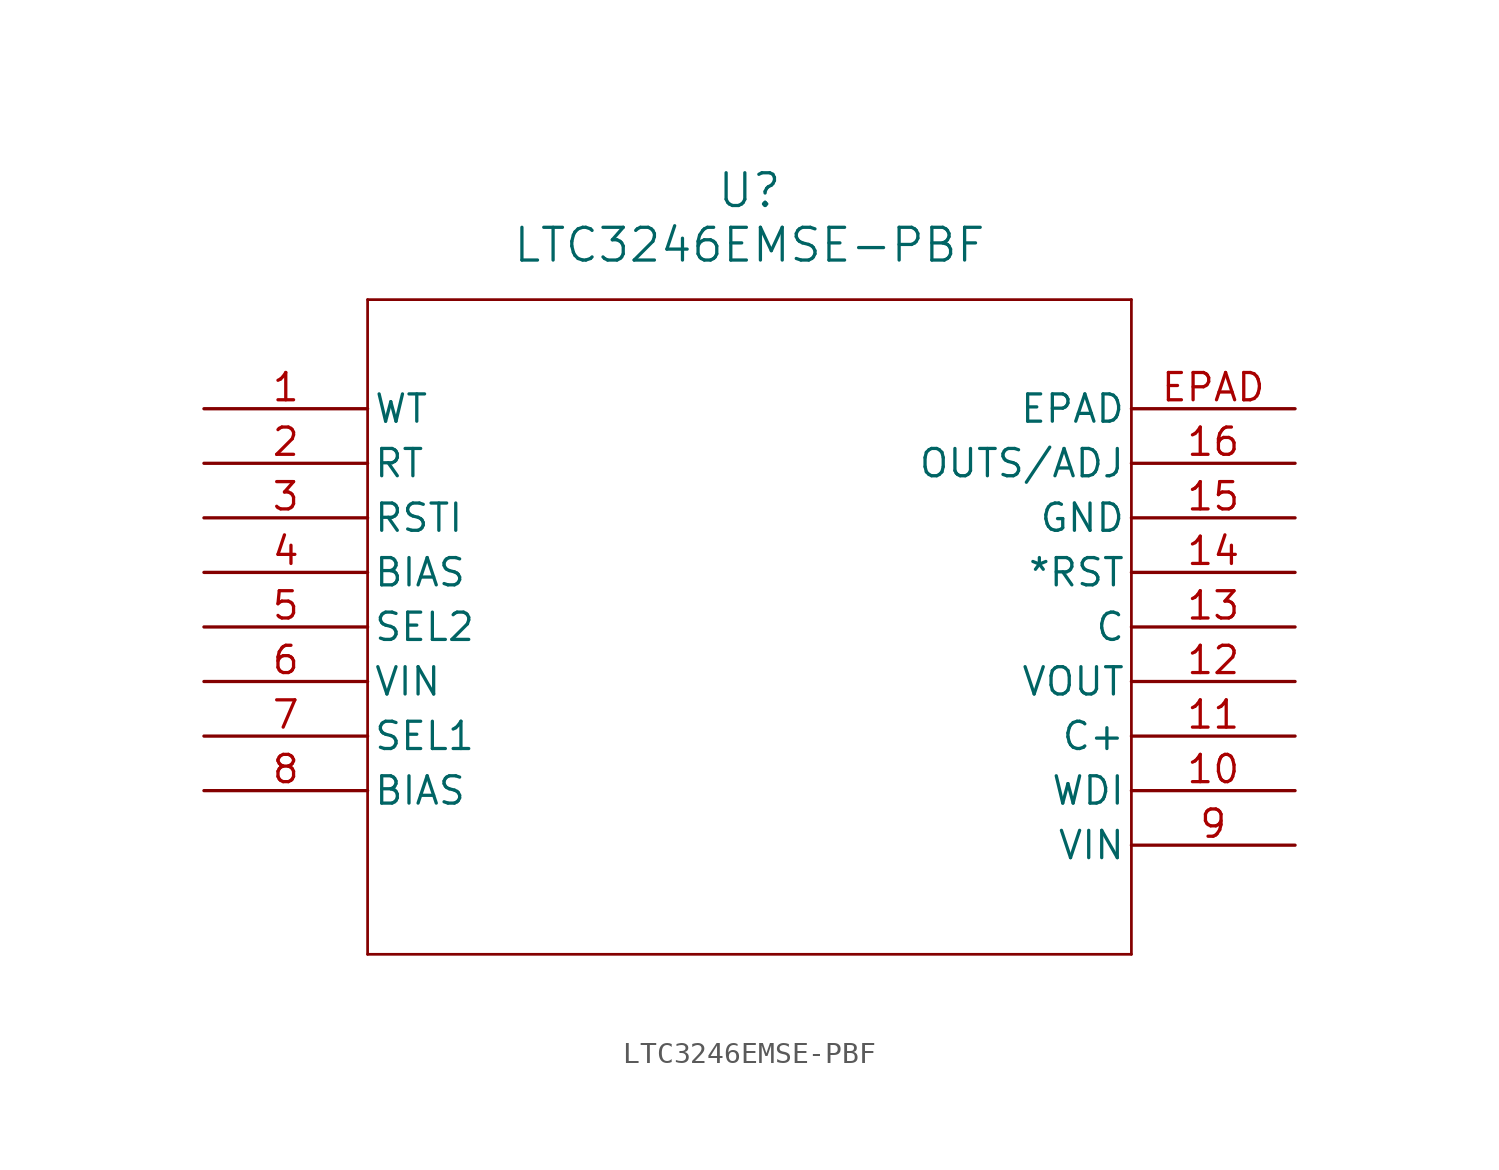
<source format=kicad_sym>
(kicad_symbol_lib
  (version 20211014)
  (generator kicad_symbol_editor)
  (symbol "LTC3246EMSE-PBF"
    (pin_names
      (offset 0.254))
    (property "Reference" "U"
      (at 25.4 10.16 0)
      (effects (font (size 1.524 1.524))))
    (property "Value" "LTC3246EMSE-PBF"
      (at 25.4 7.62 0)
      (effects (font (size 1.524 1.524))))
    (symbol "LTC3246EMSE-PBF_0_1"
      (polyline (pts (xy 7.62 5.08) (xy 7.62 -25.4)) (stroke (width 0.127) (type default) (color 0 0 0 0)) (fill (type none)))
      (polyline (pts (xy 7.62 -25.4) (xy 43.18 -25.4)) (stroke (width 0.127) (type default) (color 0 0 0 0)) (fill (type none)))
      (polyline (pts (xy 43.18 -25.4) (xy 43.18 5.08)) (stroke (width 0.127) (type default) (color 0 0 0 0)) (fill (type none)))
      (polyline (pts (xy 43.18 5.08) (xy 7.62 5.08)) (stroke (width 0.127) (type default) (color 0 0 0 0)) (fill (type none)))
      (pin unspecified line (at 0 0 0) (length 7.62) (name "WT" (effects (font (size 1.27 1.27)))) (number "1" (effects (font (size 1.27 1.27)))))
      (pin unspecified line (at 0 -2.54 0) (length 7.62) (name "RT" (effects (font (size 1.27 1.27)))) (number "2" (effects (font (size 1.27 1.27)))))
      (pin input line (at 0 -5.08 0) (length 7.62) (name "RSTI" (effects (font (size 1.27 1.27)))) (number "3" (effects (font (size 1.27 1.27)))))
      (pin unspecified line (at 0 -7.62 0) (length 7.62) (name "BIAS" (effects (font (size 1.27 1.27)))) (number "4" (effects (font (size 1.27 1.27)))))
      (pin unspecified line (at 0 -10.16 0) (length 7.62) (name "SEL2" (effects (font (size 1.27 1.27)))) (number "5" (effects (font (size 1.27 1.27)))))
      (pin input line (at 0 -12.7 0) (length 7.62) (name "VIN" (effects (font (size 1.27 1.27)))) (number "6" (effects (font (size 1.27 1.27)))))
      (pin input line (at 0 -15.24 0) (length 7.62) (name "SEL1" (effects (font (size 1.27 1.27)))) (number "7" (effects (font (size 1.27 1.27)))))
      (pin unspecified line (at 0 -17.78 0) (length 7.62) (name "BIAS" (effects (font (size 1.27 1.27)))) (number "8" (effects (font (size 1.27 1.27)))))
      (pin input line (at 50.8 -20.32 180) (length 7.62) (name "VIN" (effects (font (size 1.27 1.27)))) (number "9" (effects (font (size 1.27 1.27)))))
      (pin input line (at 50.8 -17.78 180) (length 7.62) (name "WDI" (effects (font (size 1.27 1.27)))) (number "10" (effects (font (size 1.27 1.27)))))
      (pin unspecified line (at 50.8 -15.24 180) (length 7.62) (name "C+" (effects (font (size 1.27 1.27)))) (number "11" (effects (font (size 1.27 1.27)))))
      (pin output line (at 50.8 -12.7 180) (length 7.62) (name "VOUT" (effects (font (size 1.27 1.27)))) (number "12" (effects (font (size 1.27 1.27)))))
      (pin unspecified line (at 50.8 -10.16 180) (length 7.62) (name "C" (effects (font (size 1.27 1.27)))) (number "13" (effects (font (size 1.27 1.27)))))
      (pin output line (at 50.8 -7.62 180) (length 7.62) (name "*RST" (effects (font (size 1.27 1.27)))) (number "14" (effects (font (size 1.27 1.27)))))
      (pin power_out line (at 50.8 -5.08 180) (length 7.62) (name "GND" (effects (font (size 1.27 1.27)))) (number "15" (effects (font (size 1.27 1.27)))))
      (pin output line (at 50.8 -2.54 180) (length 7.62) (name "OUTS/ADJ" (effects (font (size 1.27 1.27)))) (number "16" (effects (font (size 1.27 1.27)))))
      (pin unspecified line (at 50.8 0 180) (length 7.62) (name "EPAD" (effects (font (size 1.27 1.27)))) (number "EPAD" (effects (font (size 1.27 1.27))))))))
</source>
